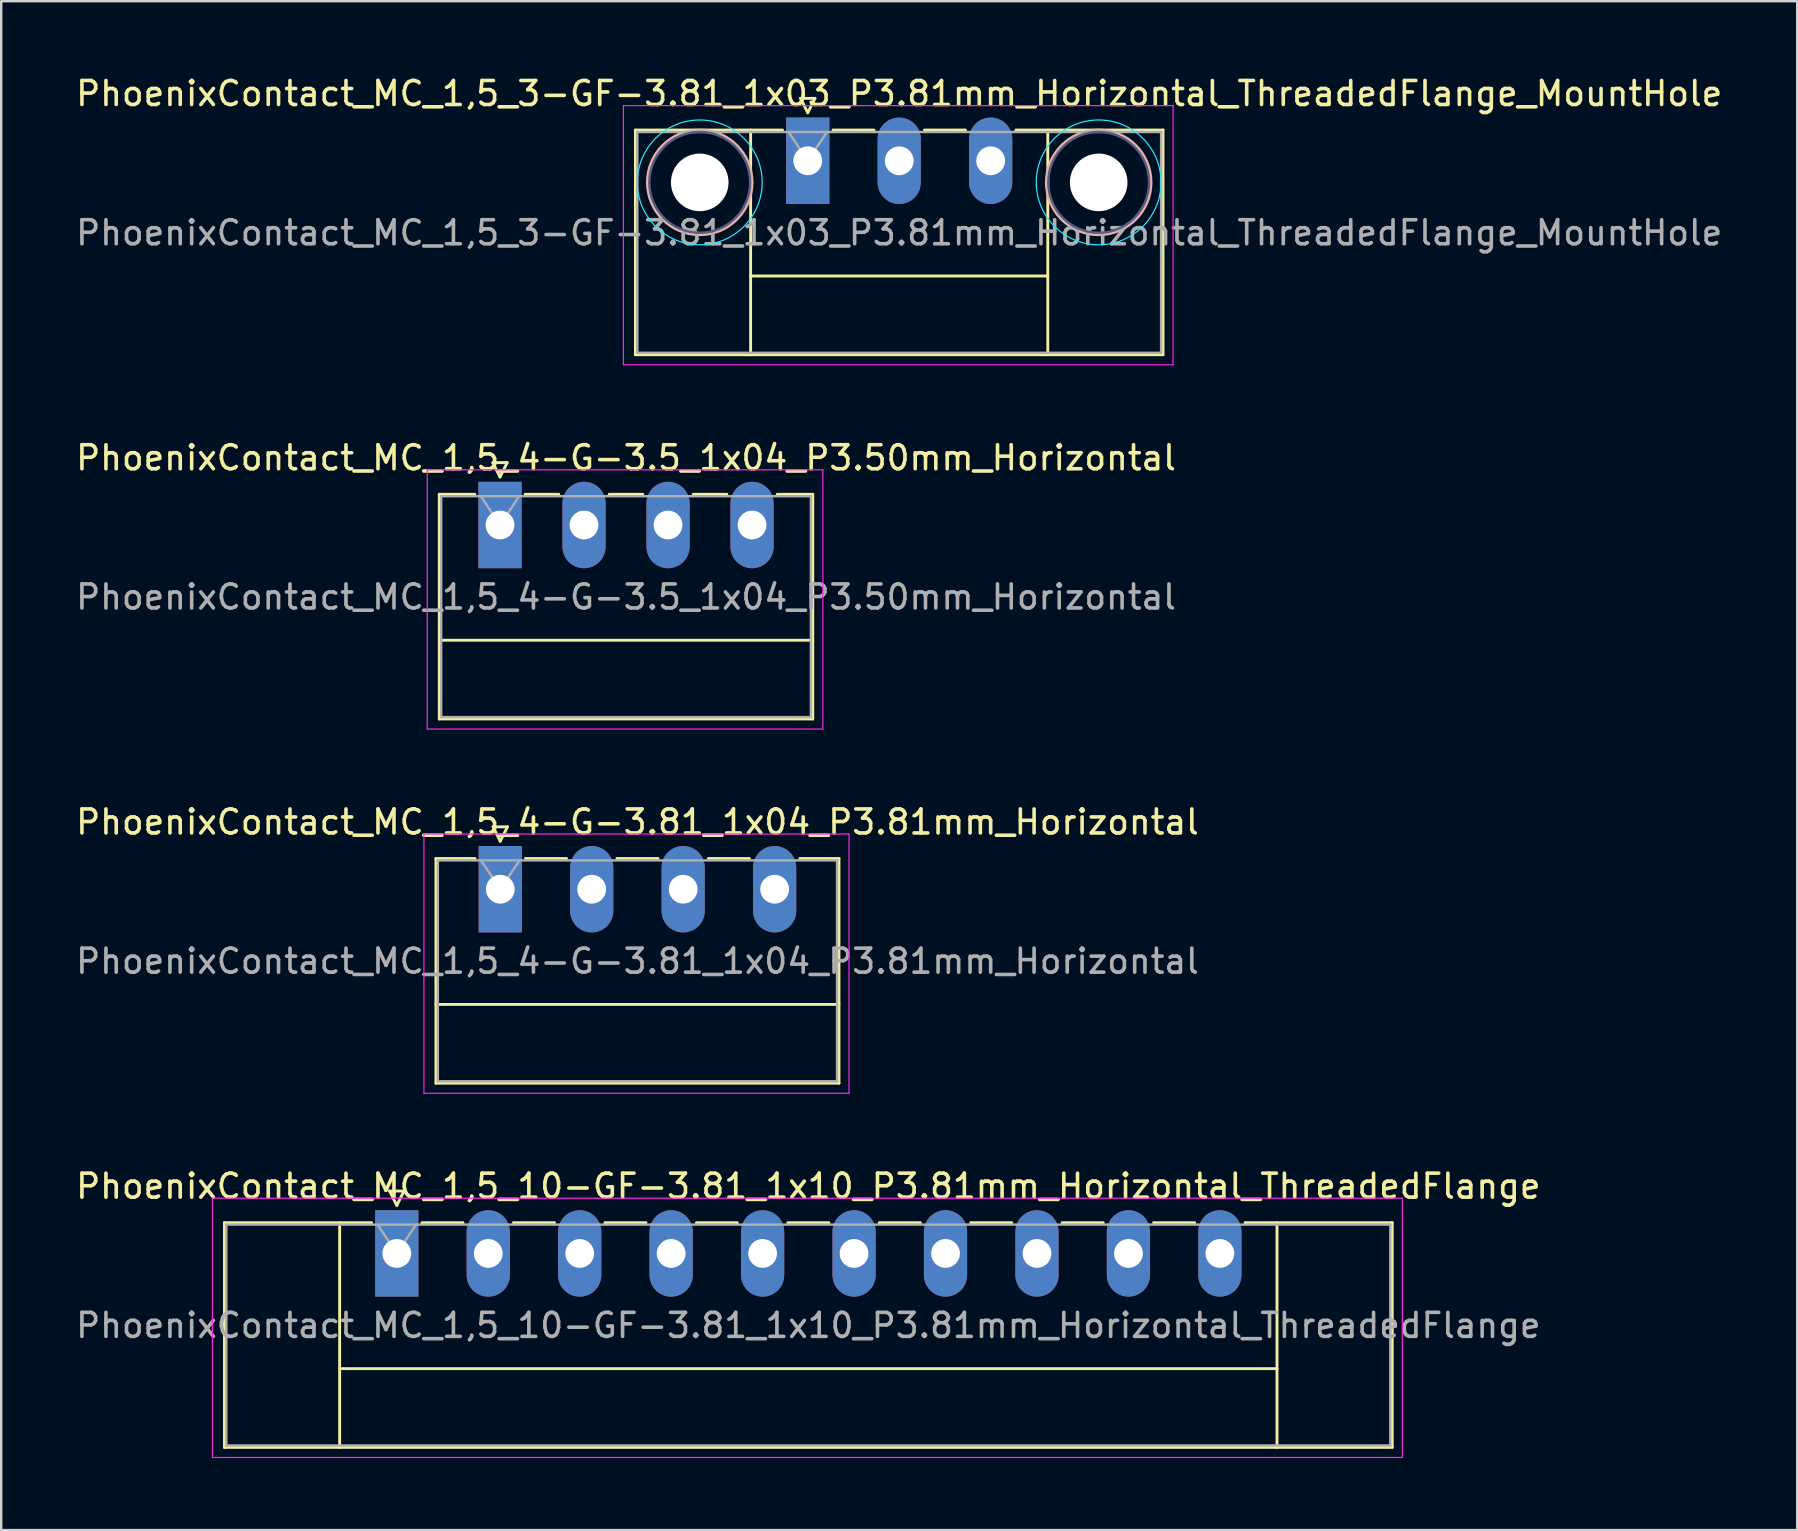
<source format=kicad_pcb>
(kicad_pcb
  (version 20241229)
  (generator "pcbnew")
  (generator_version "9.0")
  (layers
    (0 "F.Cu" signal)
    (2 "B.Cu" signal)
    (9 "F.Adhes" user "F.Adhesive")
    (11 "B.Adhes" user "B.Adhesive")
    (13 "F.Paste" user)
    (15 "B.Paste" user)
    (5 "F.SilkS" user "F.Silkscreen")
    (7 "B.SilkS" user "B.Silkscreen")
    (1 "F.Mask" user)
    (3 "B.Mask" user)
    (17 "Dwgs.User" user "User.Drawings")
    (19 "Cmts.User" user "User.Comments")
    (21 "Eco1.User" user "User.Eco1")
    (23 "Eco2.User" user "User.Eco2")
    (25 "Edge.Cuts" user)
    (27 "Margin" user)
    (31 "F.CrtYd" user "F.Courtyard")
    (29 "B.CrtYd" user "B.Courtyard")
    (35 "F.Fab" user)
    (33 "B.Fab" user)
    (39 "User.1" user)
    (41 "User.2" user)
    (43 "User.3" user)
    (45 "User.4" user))
  (footprint "PhoenixContact_MC_1,5_4-G-3.81_1x04_P3.81mm_Horizontal"
    (layer "F.Cu")
    (at 17.791 33.995)
    (property "Reference" "PhoenixContact_MC_1,5_4-G-3.81_1x04_P3.81mm_Horizontal" (at 5.715 -2.8 0) (layer "F.SilkS") (effects (font (size 1 1) (thickness 0.15))))
    (attr through_hole)
    (fp_line (start -2.68 -1.28) (end -2.68 8.08) (stroke (width 0.12) (type solid)) (layer "F.SilkS"))
    (fp_line (start -2.68 -1.28) (end -1.05 -1.28) (stroke (width 0.12) (type solid)) (layer "F.SilkS"))
    (fp_line (start -2.68 4.8) (end 14.11 4.8) (stroke (width 0.12) (type solid)) (layer "F.SilkS"))
    (fp_line (start -2.68 8.08) (end 14.11 8.08) (stroke (width 0.12) (type solid)) (layer "F.SilkS"))
    (fp_line (start -0.3 -2.6) (end 0.3 -2.6) (stroke (width 0.12) (type solid)) (layer "F.SilkS"))
    (fp_line (start 0 -2) (end -0.3 -2.6) (stroke (width 0.12) (type solid)) (layer "F.SilkS"))
    (fp_line (start 0.3 -2.6) (end 0 -2) (stroke (width 0.12) (type solid)) (layer "F.SilkS"))
    (fp_line (start 1.05 -1.28) (end 2.76 -1.28) (stroke (width 0.12) (type solid)) (layer "F.SilkS"))
    (fp_line (start 4.86 -1.28) (end 6.57 -1.28) (stroke (width 0.12) (type solid)) (layer "F.SilkS"))
    (fp_line (start 8.67 -1.28) (end 10.38 -1.28) (stroke (width 0.12) (type solid)) (layer "F.SilkS"))
    (fp_line (start 14.11 -1.28) (end 12.48 -1.28) (stroke (width 0.12) (type solid)) (layer "F.SilkS"))
    (fp_line (start 14.11 8.08) (end 14.11 -1.28) (stroke (width 0.12) (type solid)) (layer "F.SilkS"))
    (fp_line (start -3.18 -2.3) (end -3.18 8.5) (stroke (width 0.05) (type solid)) (layer "F.CrtYd"))
    (fp_line (start -3.18 8.5) (end 14.53 8.5) (stroke (width 0.05) (type solid)) (layer "F.CrtYd"))
    (fp_line (start 14.53 -2.3) (end -3.18 -2.3) (stroke (width 0.05) (type solid)) (layer "F.CrtYd"))
    (fp_line (start 14.53 8.5) (end 14.53 -2.3) (stroke (width 0.05) (type solid)) (layer "F.CrtYd"))
    (fp_line (start -2.6 -1.2) (end -2.6 8) (stroke (width 0.1) (type solid)) (layer "F.Fab"))
    (fp_line (start -2.6 8) (end 14.03 8) (stroke (width 0.1) (type solid)) (layer "F.Fab"))
    (fp_line (start 0 0) (end -0.8 -1.2) (stroke (width 0.1) (type solid)) (layer "F.Fab"))
    (fp_line (start 0.8 -1.2) (end 0 0) (stroke (width 0.1) (type solid)) (layer "F.Fab"))
    (fp_line (start 14.03 -1.2) (end -2.6 -1.2) (stroke (width 0.1) (type solid)) (layer "F.Fab"))
    (fp_line (start 14.03 8) (end 14.03 -1.2) (stroke (width 0.1) (type solid)) (layer "F.Fab"))
    (fp_text user "${REFERENCE}" (at 5.715 3 0) (layer "F.Fab") (effects (font (size 1 1) (thickness 0.15))))
    (pad "1" thru_hole rect (at 0 0) (size 1.8 3.6) (drill 1.2) (layers "*.Cu" "*.Mask"))
    (pad "2" thru_hole oval (at 3.81 0) (size 1.8 3.6) (drill 1.2) (layers "*.Cu" "*.Mask"))
    (pad "3" thru_hole oval (at 7.62 0) (size 1.8 3.6) (drill 1.2) (layers "*.Cu" "*.Mask"))
    (pad "4" thru_hole oval (at 11.43 0) (size 1.8 3.6) (drill 1.2) (layers "*.Cu" "*.Mask")))
  (footprint "PhoenixContact_MC_1,5_3-GF-3.81_1x03_P3.81mm_Horizontal_ThreadedFlange_MountHole"
    (layer "F.Cu")
    (at 30.601 3.648)
    (property "Reference" "PhoenixContact_MC_1,5_3-GF-3.81_1x03_P3.81mm_Horizontal_ThreadedFlange_MountHole" (at 3.81 -2.8 0) (layer "F.SilkS") (effects (font (size 1 1) (thickness 0.15))))
    (attr through_hole)
    (fp_line (start -7.18 -1.28) (end -7.18 8.08) (stroke (width 0.12) (type solid)) (layer "F.SilkS"))
    (fp_line (start -7.18 -1.28) (end -1.05 -1.28) (stroke (width 0.12) (type solid)) (layer "F.SilkS"))
    (fp_line (start -7.18 8.08) (end 14.8 8.08) (stroke (width 0.12) (type solid)) (layer "F.SilkS"))
    (fp_line (start -2.38 -1.28) (end -2.38 8.08) (stroke (width 0.12) (type solid)) (layer "F.SilkS"))
    (fp_line (start -2.38 4.8) (end 10 4.8) (stroke (width 0.12) (type solid)) (layer "F.SilkS"))
    (fp_line (start -0.3 -2.6) (end 0.3 -2.6) (stroke (width 0.12) (type solid)) (layer "F.SilkS"))
    (fp_line (start 0 -2) (end -0.3 -2.6) (stroke (width 0.12) (type solid)) (layer "F.SilkS"))
    (fp_line (start 0.3 -2.6) (end 0 -2) (stroke (width 0.12) (type solid)) (layer "F.SilkS"))
    (fp_line (start 1.05 -1.28) (end 2.76 -1.28) (stroke (width 0.12) (type solid)) (layer "F.SilkS"))
    (fp_line (start 4.86 -1.28) (end 6.57 -1.28) (stroke (width 0.12) (type solid)) (layer "F.SilkS"))
    (fp_line (start 10 -1.28) (end 10 8.08) (stroke (width 0.12) (type solid)) (layer "F.SilkS"))
    (fp_line (start 14.8 -1.28) (end 8.67 -1.28) (stroke (width 0.12) (type solid)) (layer "F.SilkS"))
    (fp_line (start 14.8 8.08) (end 14.8 -1.28) (stroke (width 0.12) (type solid)) (layer "F.SilkS"))
    (fp_circle (center -4.5 0.9) (end -2.32 0.9) (stroke (width 0.12) (type solid)) (fill no) (layer "B.SilkS"))
    (fp_circle (center 12.12 0.9) (end 14.3 0.9) (stroke (width 0.12) (type solid)) (fill no) (layer "B.SilkS"))
    (fp_circle (center -4.5 0.9) (end -1.9 0.9) (stroke (width 0.05) (type solid)) (fill no) (layer "B.CrtYd"))
    (fp_circle (center 12.12 0.9) (end 14.72 0.9) (stroke (width 0.05) (type solid)) (fill no) (layer "B.CrtYd"))
    (fp_line (start -7.68 -2.3) (end -7.68 8.5) (stroke (width 0.05) (type solid)) (layer "F.CrtYd"))
    (fp_line (start -7.68 8.5) (end 15.22 8.5) (stroke (width 0.05) (type solid)) (layer "F.CrtYd"))
    (fp_line (start 15.22 -2.3) (end -7.68 -2.3) (stroke (width 0.05) (type solid)) (layer "F.CrtYd"))
    (fp_line (start 15.22 8.5) (end 15.22 -2.3) (stroke (width 0.05) (type solid)) (layer "F.CrtYd"))
    (fp_circle (center -4.5 0.9) (end -2.4 0.9) (stroke (width 0.1) (type solid)) (fill no) (layer "B.Fab"))
    (fp_circle (center 12.12 0.9) (end 14.22 0.9) (stroke (width 0.1) (type solid)) (fill no) (layer "B.Fab"))
    (fp_line (start -7.1 -1.2) (end -7.1 8) (stroke (width 0.1) (type solid)) (layer "F.Fab"))
    (fp_line (start -7.1 8) (end 14.72 8) (stroke (width 0.1) (type solid)) (layer "F.Fab"))
    (fp_line (start 0 0) (end -0.8 -1.2) (stroke (width 0.1) (type solid)) (layer "F.Fab"))
    (fp_line (start 0.8 -1.2) (end 0 0) (stroke (width 0.1) (type solid)) (layer "F.Fab"))
    (fp_line (start 14.72 -1.2) (end -7.1 -1.2) (stroke (width 0.1) (type solid)) (layer "F.Fab"))
    (fp_line (start 14.72 8) (end 14.72 -1.2) (stroke (width 0.1) (type solid)) (layer "F.Fab"))
    (fp_text user "${REFERENCE}" (at 3.81 3 0) (layer "F.Fab") (effects (font (size 1 1) (thickness 0.15))))
    (pad "" np_thru_hole circle (at -4.5 0.9) (size 2.4 2.4) (drill 2.4) (layers "*.Cu" "*.Mask"))
    (pad "" np_thru_hole circle (at 12.12 0.9) (size 2.4 2.4) (drill 2.4) (layers "*.Cu" "*.Mask"))
    (pad "1" thru_hole rect (at 0 0) (size 1.8 3.6) (drill 1.2) (layers "*.Cu" "*.Mask"))
    (pad "2" thru_hole oval (at 3.81 0) (size 1.8 3.6) (drill 1.2) (layers "*.Cu" "*.Mask"))
    (pad "3" thru_hole oval (at 7.62 0) (size 1.8 3.6) (drill 1.2) (layers "*.Cu" "*.Mask")))
  (footprint "PhoenixContact_MC_1,5_10-GF-3.81_1x10_P3.81mm_Horizontal_ThreadedFlange"
    (layer "F.Cu")
    (at 13.48 49.168)
    (property "Reference" "PhoenixContact_MC_1,5_10-GF-3.81_1x10_P3.81mm_Horizontal_ThreadedFlange" (at 17.145 -2.8 0) (layer "F.SilkS") (effects (font (size 1 1) (thickness 0.15))))
    (attr through_hole)
    (fp_line (start -7.18 -1.28) (end -7.18 8.08) (stroke (width 0.12) (type solid)) (layer "F.SilkS"))
    (fp_line (start -7.18 -1.28) (end -1.05 -1.28) (stroke (width 0.12) (type solid)) (layer "F.SilkS"))
    (fp_line (start -7.18 8.08) (end 41.47 8.08) (stroke (width 0.12) (type solid)) (layer "F.SilkS"))
    (fp_line (start -2.38 -1.28) (end -2.38 8.08) (stroke (width 0.12) (type solid)) (layer "F.SilkS"))
    (fp_line (start -2.38 4.8) (end 36.67 4.8) (stroke (width 0.12) (type solid)) (layer "F.SilkS"))
    (fp_line (start -0.3 -2.6) (end 0.3 -2.6) (stroke (width 0.12) (type solid)) (layer "F.SilkS"))
    (fp_line (start 0 -2) (end -0.3 -2.6) (stroke (width 0.12) (type solid)) (layer "F.SilkS"))
    (fp_line (start 0.3 -2.6) (end 0 -2) (stroke (width 0.12) (type solid)) (layer "F.SilkS"))
    (fp_line (start 1.05 -1.28) (end 2.76 -1.28) (stroke (width 0.12) (type solid)) (layer "F.SilkS"))
    (fp_line (start 4.86 -1.28) (end 6.57 -1.28) (stroke (width 0.12) (type solid)) (layer "F.SilkS"))
    (fp_line (start 8.67 -1.28) (end 10.38 -1.28) (stroke (width 0.12) (type solid)) (layer "F.SilkS"))
    (fp_line (start 12.48 -1.28) (end 14.19 -1.28) (stroke (width 0.12) (type solid)) (layer "F.SilkS"))
    (fp_line (start 16.29 -1.28) (end 18 -1.28) (stroke (width 0.12) (type solid)) (layer "F.SilkS"))
    (fp_line (start 20.1 -1.28) (end 21.81 -1.28) (stroke (width 0.12) (type solid)) (layer "F.SilkS"))
    (fp_line (start 23.91 -1.28) (end 25.62 -1.28) (stroke (width 0.12) (type solid)) (layer "F.SilkS"))
    (fp_line (start 27.72 -1.28) (end 29.43 -1.28) (stroke (width 0.12) (type solid)) (layer "F.SilkS"))
    (fp_line (start 31.53 -1.28) (end 33.24 -1.28) (stroke (width 0.12) (type solid)) (layer "F.SilkS"))
    (fp_line (start 36.67 -1.28) (end 36.67 8.08) (stroke (width 0.12) (type solid)) (layer "F.SilkS"))
    (fp_line (start 41.47 -1.28) (end 35.34 -1.28) (stroke (width 0.12) (type solid)) (layer "F.SilkS"))
    (fp_line (start 41.47 8.08) (end 41.47 -1.28) (stroke (width 0.12) (type solid)) (layer "F.SilkS"))
    (fp_line (start -7.68 -2.3) (end -7.68 8.5) (stroke (width 0.05) (type solid)) (layer "F.CrtYd"))
    (fp_line (start -7.68 8.5) (end 41.89 8.5) (stroke (width 0.05) (type solid)) (layer "F.CrtYd"))
    (fp_line (start 41.89 -2.3) (end -7.68 -2.3) (stroke (width 0.05) (type solid)) (layer "F.CrtYd"))
    (fp_line (start 41.89 8.5) (end 41.89 -2.3) (stroke (width 0.05) (type solid)) (layer "F.CrtYd"))
    (fp_line (start -7.1 -1.2) (end -7.1 8) (stroke (width 0.1) (type solid)) (layer "F.Fab"))
    (fp_line (start -7.1 8) (end 41.39 8) (stroke (width 0.1) (type solid)) (layer "F.Fab"))
    (fp_line (start 0 0) (end -0.8 -1.2) (stroke (width 0.1) (type solid)) (layer "F.Fab"))
    (fp_line (start 0.8 -1.2) (end 0 0) (stroke (width 0.1) (type solid)) (layer "F.Fab"))
    (fp_line (start 41.39 -1.2) (end -7.1 -1.2) (stroke (width 0.1) (type solid)) (layer "F.Fab"))
    (fp_line (start 41.39 8) (end 41.39 -1.2) (stroke (width 0.1) (type solid)) (layer "F.Fab"))
    (fp_text user "${REFERENCE}" (at 17.145 3 0) (layer "F.Fab") (effects (font (size 1 1) (thickness 0.15))))
    (pad "1" thru_hole rect (at 0 0) (size 1.8 3.6) (drill 1.2) (layers "*.Cu" "*.Mask"))
    (pad "2" thru_hole oval (at 3.81 0) (size 1.8 3.6) (drill 1.2) (layers "*.Cu" "*.Mask"))
    (pad "3" thru_hole oval (at 7.62 0) (size 1.8 3.6) (drill 1.2) (layers "*.Cu" "*.Mask"))
    (pad "4" thru_hole oval (at 11.43 0) (size 1.8 3.6) (drill 1.2) (layers "*.Cu" "*.Mask"))
    (pad "5" thru_hole oval (at 15.24 0) (size 1.8 3.6) (drill 1.2) (layers "*.Cu" "*.Mask"))
    (pad "6" thru_hole oval (at 19.05 0) (size 1.8 3.6) (drill 1.2) (layers "*.Cu" "*.Mask"))
    (pad "7" thru_hole oval (at 22.86 0) (size 1.8 3.6) (drill 1.2) (layers "*.Cu" "*.Mask"))
    (pad "8" thru_hole oval (at 26.67 0) (size 1.8 3.6) (drill 1.2) (layers "*.Cu" "*.Mask"))
    (pad "9" thru_hole oval (at 30.48 0) (size 1.8 3.6) (drill 1.2) (layers "*.Cu" "*.Mask"))
    (pad "10" thru_hole oval (at 34.29 0) (size 1.8 3.6) (drill 1.2) (layers "*.Cu" "*.Mask")))
  (footprint "PhoenixContact_MC_1,5_4-G-3.5_1x04_P3.50mm_Horizontal"
    (layer "F.Cu")
    (at 17.78 18.822)
    (property "Reference" "PhoenixContact_MC_1,5_4-G-3.5_1x04_P3.50mm_Horizontal" (at 5.25 -2.8 0) (layer "F.SilkS") (effects (font (size 1 1) (thickness 0.15))))
    (attr through_hole)
    (fp_line (start -2.53 -1.28) (end -2.53 8.08) (stroke (width 0.12) (type solid)) (layer "F.SilkS"))
    (fp_line (start -2.53 -1.28) (end -1.05 -1.28) (stroke (width 0.12) (type solid)) (layer "F.SilkS"))
    (fp_line (start -2.53 4.8) (end 13.03 4.8) (stroke (width 0.12) (type solid)) (layer "F.SilkS"))
    (fp_line (start -2.53 8.08) (end 13.03 8.08) (stroke (width 0.12) (type solid)) (layer "F.SilkS"))
    (fp_line (start -0.3 -2.6) (end 0.3 -2.6) (stroke (width 0.12) (type solid)) (layer "F.SilkS"))
    (fp_line (start 0 -2) (end -0.3 -2.6) (stroke (width 0.12) (type solid)) (layer "F.SilkS"))
    (fp_line (start 0.3 -2.6) (end 0 -2) (stroke (width 0.12) (type solid)) (layer "F.SilkS"))
    (fp_line (start 1.05 -1.28) (end 2.45 -1.28) (stroke (width 0.12) (type solid)) (layer "F.SilkS"))
    (fp_line (start 4.55 -1.28) (end 5.95 -1.28) (stroke (width 0.12) (type solid)) (layer "F.SilkS"))
    (fp_line (start 8.05 -1.28) (end 9.45 -1.28) (stroke (width 0.12) (type solid)) (layer "F.SilkS"))
    (fp_line (start 13.03 -1.28) (end 11.55 -1.28) (stroke (width 0.12) (type solid)) (layer "F.SilkS"))
    (fp_line (start 13.03 8.08) (end 13.03 -1.28) (stroke (width 0.12) (type solid)) (layer "F.SilkS"))
    (fp_line (start -3.03 -2.3) (end -3.03 8.5) (stroke (width 0.05) (type solid)) (layer "F.CrtYd"))
    (fp_line (start -3.03 8.5) (end 13.45 8.5) (stroke (width 0.05) (type solid)) (layer "F.CrtYd"))
    (fp_line (start 13.45 -2.3) (end -3.03 -2.3) (stroke (width 0.05) (type solid)) (layer "F.CrtYd"))
    (fp_line (start 13.45 8.5) (end 13.45 -2.3) (stroke (width 0.05) (type solid)) (layer "F.CrtYd"))
    (fp_line (start -2.45 -1.2) (end -2.45 8) (stroke (width 0.1) (type solid)) (layer "F.Fab"))
    (fp_line (start -2.45 8) (end 12.95 8) (stroke (width 0.1) (type solid)) (layer "F.Fab"))
    (fp_line (start 0 0) (end -0.8 -1.2) (stroke (width 0.1) (type solid)) (layer "F.Fab"))
    (fp_line (start 0.8 -1.2) (end 0 0) (stroke (width 0.1) (type solid)) (layer "F.Fab"))
    (fp_line (start 12.95 -1.2) (end -2.45 -1.2) (stroke (width 0.1) (type solid)) (layer "F.Fab"))
    (fp_line (start 12.95 8) (end 12.95 -1.2) (stroke (width 0.1) (type solid)) (layer "F.Fab"))
    (fp_text user "${REFERENCE}" (at 5.25 3 0) (layer "F.Fab") (effects (font (size 1 1) (thickness 0.15))))
    (pad "1" thru_hole rect (at 0 0) (size 1.8 3.6) (drill 1.2) (layers "*.Cu" "*.Mask"))
    (pad "2" thru_hole oval (at 3.5 0) (size 1.8 3.6) (drill 1.2) (layers "*.Cu" "*.Mask"))
    (pad "3" thru_hole oval (at 7 0) (size 1.8 3.6) (drill 1.2) (layers "*.Cu" "*.Mask"))
    (pad "4" thru_hole oval (at 10.5 0) (size 1.8 3.6) (drill 1.2) (layers "*.Cu" "*.Mask")))
  (gr_rect
    (start -3 -3)
    (end 71.821 60.693)
    (stroke (width 0.1) (type default))
    (fill no)
    (layer "Edge.Cuts")))
</source>
